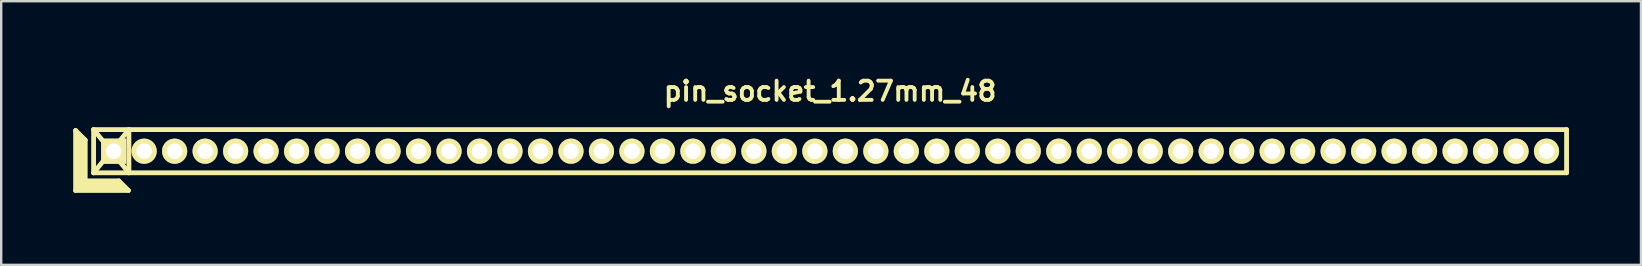
<source format=kicad_pcb>
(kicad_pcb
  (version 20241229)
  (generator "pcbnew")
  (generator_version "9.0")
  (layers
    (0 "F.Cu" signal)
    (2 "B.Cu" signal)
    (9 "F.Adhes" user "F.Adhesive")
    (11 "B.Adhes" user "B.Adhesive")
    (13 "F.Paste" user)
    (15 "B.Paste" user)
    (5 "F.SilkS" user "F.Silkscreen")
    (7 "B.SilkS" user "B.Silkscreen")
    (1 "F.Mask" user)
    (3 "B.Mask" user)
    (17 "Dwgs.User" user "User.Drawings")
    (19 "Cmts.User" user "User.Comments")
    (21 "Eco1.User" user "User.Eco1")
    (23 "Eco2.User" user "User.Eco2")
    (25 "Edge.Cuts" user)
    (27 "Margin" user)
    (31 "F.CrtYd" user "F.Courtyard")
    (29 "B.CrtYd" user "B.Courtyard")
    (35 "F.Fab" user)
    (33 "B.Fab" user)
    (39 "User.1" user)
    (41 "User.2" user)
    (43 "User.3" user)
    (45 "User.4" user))
  (footprint "pin_socket_1.27mm_48"
    (layer "F.Cu")
    (at 31.53 3.249)
    (property "Reference" "pin_socket_1.27mm_48" (at 0 -2.5 0) (layer "F.SilkS") (effects (font (size 0.8 0.8) (thickness 0.16))))
    (attr through_hole)
    (fp_line (start -31.43 -0.864) (end -31.43 1.636) (stroke (width 0.2) (type solid)) (layer "F.SilkS"))
    (fp_line (start -31.43 -0.864) (end -31.03 -0.464) (stroke (width 0.2) (type solid)) (layer "F.SilkS"))
    (fp_line (start -31.43 1.636) (end -29.23 1.636) (stroke (width 0.2) (type solid)) (layer "F.SilkS"))
    (fp_line (start -31.33 1.536) (end -31.33 -0.664) (stroke (width 0.2) (type solid)) (layer "F.SilkS"))
    (fp_line (start -31.33 1.536) (end -29.43 1.536) (stroke (width 0.2) (type solid)) (layer "F.SilkS"))
    (fp_line (start -31.23 1.436) (end -31.23 -0.564) (stroke (width 0.2) (type solid)) (layer "F.SilkS"))
    (fp_line (start -31.23 1.436) (end -29.53 1.436) (stroke (width 0.2) (type solid)) (layer "F.SilkS"))
    (fp_line (start -31.13 1.336) (end -31.13 -0.464) (stroke (width 0.2) (type solid)) (layer "F.SilkS"))
    (fp_line (start -31.13 1.336) (end -29.63 1.336) (stroke (width 0.2) (type solid)) (layer "F.SilkS"))
    (fp_line (start -31.03 1.236) (end -31.03 -0.464) (stroke (width 0.2) (type solid)) (layer "F.SilkS"))
    (fp_line (start -31.03 1.236) (end -29.63 1.236) (stroke (width 0.2) (type solid)) (layer "F.SilkS"))
    (fp_line (start -30.68 -0.9) (end -29.21 0.9) (stroke (width 0.2) (type solid)) (layer "F.SilkS"))
    (fp_line (start -30.68 -0.9) (end 30.68 -0.9) (stroke (width 0.2) (type solid)) (layer "F.SilkS"))
    (fp_line (start -30.68 0.9) (end -30.68 -0.9) (stroke (width 0.2) (type solid)) (layer "F.SilkS"))
    (fp_line (start -30.68 0.9) (end -29.21 -0.9) (stroke (width 0.2) (type solid)) (layer "F.SilkS"))
    (fp_line (start -29.63 1.236) (end -29.23 1.636) (stroke (width 0.2) (type solid)) (layer "F.SilkS"))
    (fp_line (start -29.21 -0.9) (end -29.21 0.9) (stroke (width 0.2) (type solid)) (layer "F.SilkS"))
    (fp_line (start 30.68 -0.9) (end 30.68 0.9) (stroke (width 0.2) (type solid)) (layer "F.SilkS"))
    (fp_line (start 30.68 0.9) (end -30.68 0.9) (stroke (width 0.2) (type solid)) (layer "F.SilkS"))
    (pad "1" thru_hole rect (at -29.845 0) (size 1.05 1.05) (drill 0.65) (layers "*.Cu" "*.Mask" "F.SilkS"))
    (pad "2" thru_hole oval (at -28.575 0) (size 1.05 1.05) (drill 0.65) (layers "*.Cu" "*.Mask" "F.SilkS"))
    (pad "3" thru_hole oval (at -27.305 0) (size 1.05 1.05) (drill 0.65) (layers "*.Cu" "*.Mask" "F.SilkS"))
    (pad "4" thru_hole oval (at -26.035 0) (size 1.05 1.05) (drill 0.65) (layers "*.Cu" "*.Mask" "F.SilkS"))
    (pad "5" thru_hole oval (at -24.765 0) (size 1.05 1.05) (drill 0.65) (layers "*.Cu" "*.Mask" "F.SilkS"))
    (pad "6" thru_hole oval (at -23.495 0) (size 1.05 1.05) (drill 0.65) (layers "*.Cu" "*.Mask" "F.SilkS"))
    (pad "7" thru_hole oval (at -22.225 0) (size 1.05 1.05) (drill 0.65) (layers "*.Cu" "*.Mask" "F.SilkS"))
    (pad "8" thru_hole oval (at -20.955 0) (size 1.05 1.05) (drill 0.65) (layers "*.Cu" "*.Mask" "F.SilkS"))
    (pad "9" thru_hole oval (at -19.685 0) (size 1.05 1.05) (drill 0.65) (layers "*.Cu" "*.Mask" "F.SilkS"))
    (pad "10" thru_hole oval (at -18.415 0) (size 1.05 1.05) (drill 0.65) (layers "*.Cu" "*.Mask" "F.SilkS"))
    (pad "11" thru_hole oval (at -17.145 0) (size 1.05 1.05) (drill 0.65) (layers "*.Cu" "*.Mask" "F.SilkS"))
    (pad "12" thru_hole oval (at -15.875 0) (size 1.05 1.05) (drill 0.65) (layers "*.Cu" "*.Mask" "F.SilkS"))
    (pad "13" thru_hole oval (at -14.605 0) (size 1.05 1.05) (drill 0.65) (layers "*.Cu" "*.Mask" "F.SilkS"))
    (pad "14" thru_hole oval (at -13.335 0) (size 1.05 1.05) (drill 0.65) (layers "*.Cu" "*.Mask" "F.SilkS"))
    (pad "15" thru_hole oval (at -12.065 0) (size 1.05 1.05) (drill 0.65) (layers "*.Cu" "*.Mask" "F.SilkS"))
    (pad "16" thru_hole oval (at -10.795 0) (size 1.05 1.05) (drill 0.65) (layers "*.Cu" "*.Mask" "F.SilkS"))
    (pad "17" thru_hole oval (at -9.525 0) (size 1.05 1.05) (drill 0.65) (layers "*.Cu" "*.Mask" "F.SilkS"))
    (pad "18" thru_hole oval (at -8.255 0) (size 1.05 1.05) (drill 0.65) (layers "*.Cu" "*.Mask" "F.SilkS"))
    (pad "19" thru_hole oval (at -6.985 0) (size 1.05 1.05) (drill 0.65) (layers "*.Cu" "*.Mask" "F.SilkS"))
    (pad "20" thru_hole oval (at -5.715 0) (size 1.05 1.05) (drill 0.65) (layers "*.Cu" "*.Mask" "F.SilkS"))
    (pad "21" thru_hole oval (at -4.445 0) (size 1.05 1.05) (drill 0.65) (layers "*.Cu" "*.Mask" "F.SilkS"))
    (pad "22" thru_hole oval (at -3.175 0) (size 1.05 1.05) (drill 0.65) (layers "*.Cu" "*.Mask" "F.SilkS"))
    (pad "23" thru_hole oval (at -1.905 0) (size 1.05 1.05) (drill 0.65) (layers "*.Cu" "*.Mask" "F.SilkS"))
    (pad "24" thru_hole oval (at -0.635 0) (size 1.05 1.05) (drill 0.65) (layers "*.Cu" "*.Mask" "F.SilkS"))
    (pad "25" thru_hole oval (at 0.635 0) (size 1.05 1.05) (drill 0.65) (layers "*.Cu" "*.Mask" "F.SilkS"))
    (pad "26" thru_hole oval (at 1.905 0) (size 1.05 1.05) (drill 0.65) (layers "*.Cu" "*.Mask" "F.SilkS"))
    (pad "27" thru_hole oval (at 3.175 0) (size 1.05 1.05) (drill 0.65) (layers "*.Cu" "*.Mask" "F.SilkS"))
    (pad "28" thru_hole oval (at 4.445 0) (size 1.05 1.05) (drill 0.65) (layers "*.Cu" "*.Mask" "F.SilkS"))
    (pad "29" thru_hole oval (at 5.715 0) (size 1.05 1.05) (drill 0.65) (layers "*.Cu" "*.Mask" "F.SilkS"))
    (pad "30" thru_hole oval (at 6.985 0) (size 1.05 1.05) (drill 0.65) (layers "*.Cu" "*.Mask" "F.SilkS"))
    (pad "31" thru_hole oval (at 8.255 0) (size 1.05 1.05) (drill 0.65) (layers "*.Cu" "*.Mask" "F.SilkS"))
    (pad "32" thru_hole oval (at 9.525 0) (size 1.05 1.05) (drill 0.65) (layers "*.Cu" "*.Mask" "F.SilkS"))
    (pad "33" thru_hole oval (at 10.795 0) (size 1.05 1.05) (drill 0.65) (layers "*.Cu" "*.Mask" "F.SilkS"))
    (pad "34" thru_hole oval (at 12.065 0) (size 1.05 1.05) (drill 0.65) (layers "*.Cu" "*.Mask" "F.SilkS"))
    (pad "35" thru_hole oval (at 13.335 0) (size 1.05 1.05) (drill 0.65) (layers "*.Cu" "*.Mask" "F.SilkS"))
    (pad "36" thru_hole oval (at 14.605 0) (size 1.05 1.05) (drill 0.65) (layers "*.Cu" "*.Mask" "F.SilkS"))
    (pad "37" thru_hole oval (at 15.875 0) (size 1.05 1.05) (drill 0.65) (layers "*.Cu" "*.Mask" "F.SilkS"))
    (pad "38" thru_hole oval (at 17.145 0) (size 1.05 1.05) (drill 0.65) (layers "*.Cu" "*.Mask" "F.SilkS"))
    (pad "39" thru_hole oval (at 18.415 0) (size 1.05 1.05) (drill 0.65) (layers "*.Cu" "*.Mask" "F.SilkS"))
    (pad "40" thru_hole oval (at 19.685 0) (size 1.05 1.05) (drill 0.65) (layers "*.Cu" "*.Mask" "F.SilkS"))
    (pad "41" thru_hole oval (at 20.955 0) (size 1.05 1.05) (drill 0.65) (layers "*.Cu" "*.Mask" "F.SilkS"))
    (pad "42" thru_hole oval (at 22.225 0) (size 1.05 1.05) (drill 0.65) (layers "*.Cu" "*.Mask" "F.SilkS"))
    (pad "43" thru_hole oval (at 23.495 0) (size 1.05 1.05) (drill 0.65) (layers "*.Cu" "*.Mask" "F.SilkS"))
    (pad "44" thru_hole oval (at 24.765 0) (size 1.05 1.05) (drill 0.65) (layers "*.Cu" "*.Mask" "F.SilkS"))
    (pad "45" thru_hole oval (at 26.035 0) (size 1.05 1.05) (drill 0.65) (layers "*.Cu" "*.Mask" "F.SilkS"))
    (pad "46" thru_hole oval (at 27.305 0) (size 1.05 1.05) (drill 0.65) (layers "*.Cu" "*.Mask" "F.SilkS"))
    (pad "47" thru_hole oval (at 28.575 0) (size 1.05 1.05) (drill 0.65) (layers "*.Cu" "*.Mask" "F.SilkS"))
    (pad "48" thru_hole oval (at 29.845 0) (size 1.05 1.05) (drill 0.65) (layers "*.Cu" "*.Mask" "F.SilkS")))
  (gr_rect
    (start -3 -3)
    (end 65.31 7.985)
    (stroke (width 0.1) (type default))
    (fill no)
    (layer "Edge.Cuts")))
</source>
